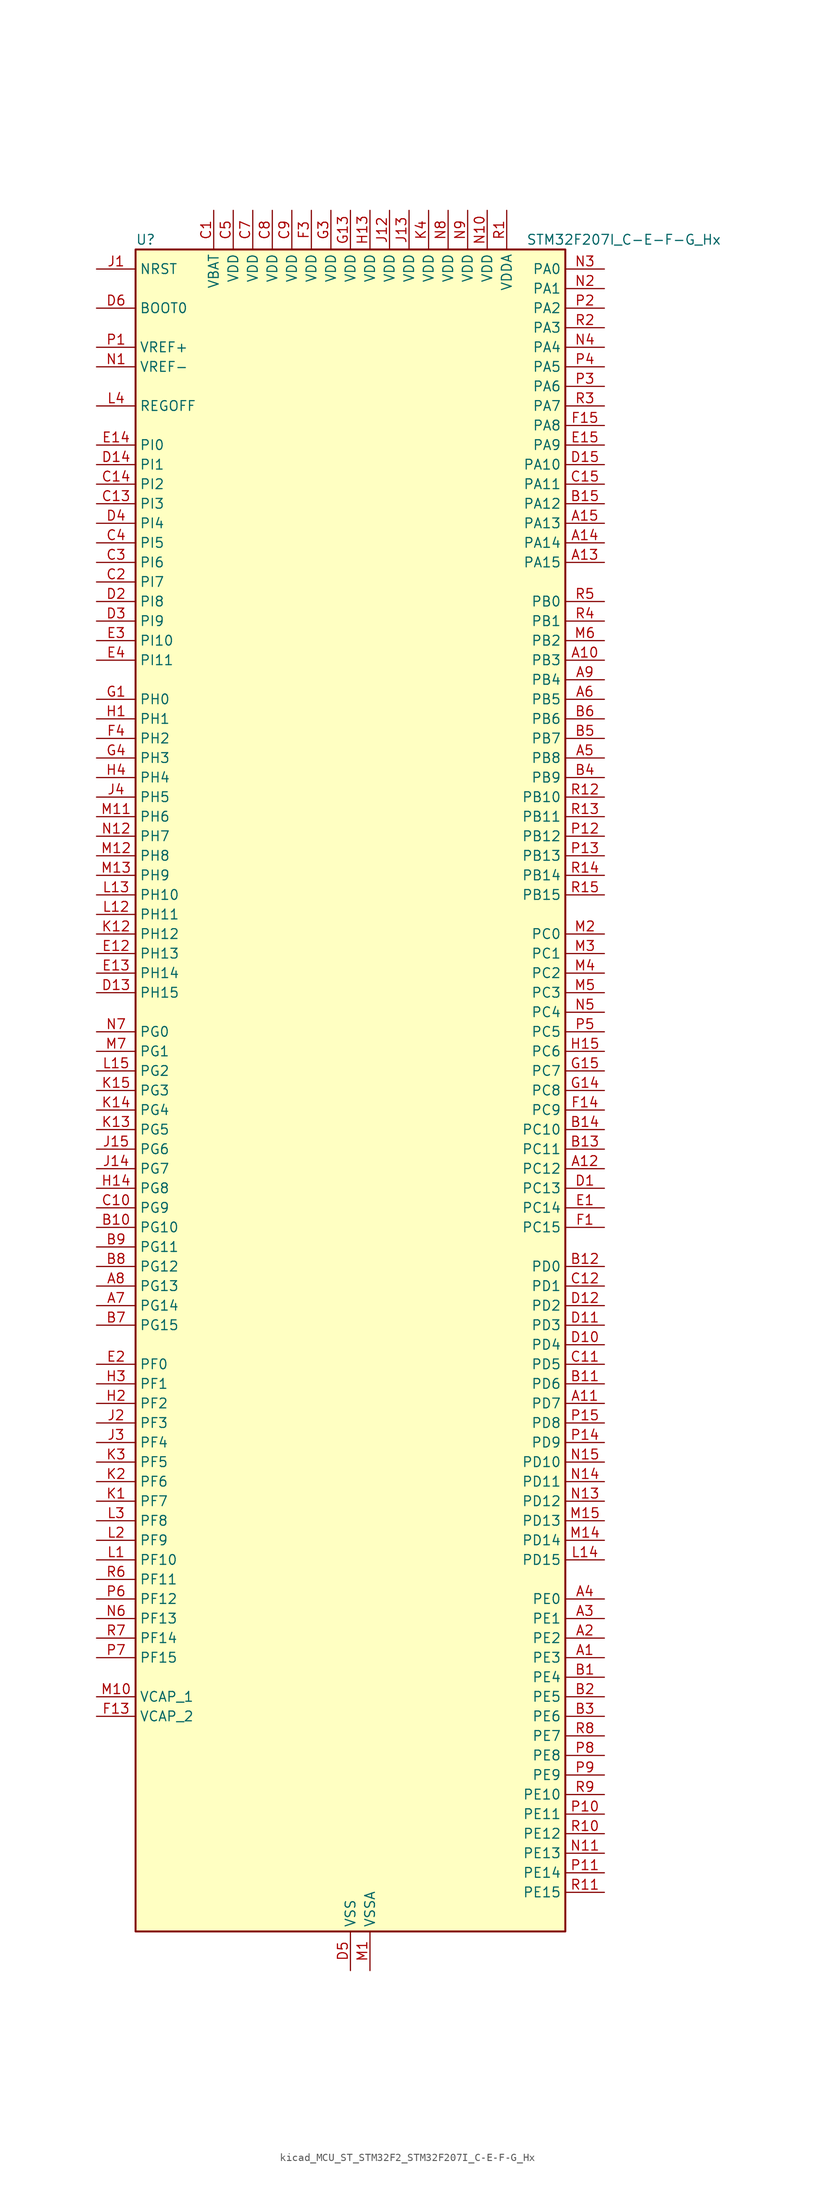
<source format=kicad_sym>
(kicad_symbol_lib
  (version 20220914)
  (generator kicad_symbol_editor)
  (symbol "kicad_MCU_ST_STM32F2_STM32F207I_C-E-F-G_Hx"
    (property "Reference" "U"
      (at -27.94 110.49 0)
      (effects (font (size 1.27 1.27)) (justify left)))
    (property "Value" "STM32F207I_C-E-F-G_Hx"
      (at 22.86 110.49 0)
      (effects (font (size 1.27 1.27)) (justify left)))
    (property "ki_locked" ""
      (at 0 0 0)
      (effects (font (size 1.27 1.27))))
    (symbol "kicad_MCU_ST_STM32F2_STM32F207I_C-E-F-G_Hx_0_1"
      (rectangle (start -27.94 -109.22) (end 27.94 109.22) (stroke (width 0.254) (type default)) (fill (type background))))
    (symbol "kicad_MCU_ST_STM32F2_STM32F207I_C-E-F-G_Hx_1_1"
      (pin bidirectional line (at 33.02 -73.66 180) (length 5.08) (name "PE3" (effects (font (size 1.27 1.27)))) (number "A1" (effects (font (size 1.27 1.27)))) (alternate "FSMC_A19" bidirectional line) (alternate "SYS_TRACED0" bidirectional line))
      (pin bidirectional line (at 33.02 55.88 180) (length 5.08) (name "PB3" (effects (font (size 1.27 1.27)))) (number "A10" (effects (font (size 1.27 1.27)))) (alternate "I2S3_SCK" bidirectional line) (alternate "SPI1_SCK" bidirectional line) (alternate "SPI3_SCK" bidirectional line) (alternate "SYS_JTDO-SWO" bidirectional line) (alternate "TIM2_CH2" bidirectional line))
      (pin bidirectional line (at 33.02 -40.64 180) (length 5.08) (name "PD7" (effects (font (size 1.27 1.27)))) (number "A11" (effects (font (size 1.27 1.27)))) (alternate "FSMC_NCE2" bidirectional line) (alternate "FSMC_NE1" bidirectional line) (alternate "USART2_CK" bidirectional line))
      (pin bidirectional line (at 33.02 -10.16 180) (length 5.08) (name "PC12" (effects (font (size 1.27 1.27)))) (number "A12" (effects (font (size 1.27 1.27)))) (alternate "DCMI_D9" bidirectional line) (alternate "I2S3_SD" bidirectional line) (alternate "SDIO_CK" bidirectional line) (alternate "SPI3_MOSI" bidirectional line) (alternate "UART5_TX" bidirectional line) (alternate "USART3_CK" bidirectional line))
      (pin bidirectional line (at 33.02 68.58 180) (length 5.08) (name "PA15" (effects (font (size 1.27 1.27)))) (number "A13" (effects (font (size 1.27 1.27)))) (alternate "ADC1_EXTI15" bidirectional line) (alternate "ADC2_EXTI15" bidirectional line) (alternate "ADC3_EXTI15" bidirectional line) (alternate "I2S3_WS" bidirectional line) (alternate "SPI1_NSS" bidirectional line) (alternate "SPI3_NSS" bidirectional line) (alternate "SYS_JTDI" bidirectional line) (alternate "TIM2_CH1" bidirectional line) (alternate "TIM2_ETR" bidirectional line))
      (pin bidirectional line (at 33.02 71.12 180) (length 5.08) (name "PA14" (effects (font (size 1.27 1.27)))) (number "A14" (effects (font (size 1.27 1.27)))) (alternate "SYS_JTCK-SWCLK" bidirectional line))
      (pin bidirectional line (at 33.02 73.66 180) (length 5.08) (name "PA13" (effects (font (size 1.27 1.27)))) (number "A15" (effects (font (size 1.27 1.27)))) (alternate "SYS_JTMS-SWDIO" bidirectional line))
      (pin bidirectional line (at 33.02 -71.12 180) (length 5.08) (name "PE2" (effects (font (size 1.27 1.27)))) (number "A2" (effects (font (size 1.27 1.27)))) (alternate "ETH_TXD3" bidirectional line) (alternate "FSMC_A23" bidirectional line) (alternate "SYS_TRACECLK" bidirectional line))
      (pin bidirectional line (at 33.02 -68.58 180) (length 5.08) (name "PE1" (effects (font (size 1.27 1.27)))) (number "A3" (effects (font (size 1.27 1.27)))) (alternate "DCMI_D3" bidirectional line) (alternate "FSMC_NBL1" bidirectional line))
      (pin bidirectional line (at 33.02 -66.04 180) (length 5.08) (name "PE0" (effects (font (size 1.27 1.27)))) (number "A4" (effects (font (size 1.27 1.27)))) (alternate "DCMI_D2" bidirectional line) (alternate "FSMC_NBL0" bidirectional line) (alternate "TIM4_ETR" bidirectional line))
      (pin bidirectional line (at 33.02 43.18 180) (length 5.08) (name "PB8" (effects (font (size 1.27 1.27)))) (number "A5" (effects (font (size 1.27 1.27)))) (alternate "CAN1_RX" bidirectional line) (alternate "DCMI_D6" bidirectional line) (alternate "ETH_TXD3" bidirectional line) (alternate "I2C1_SCL" bidirectional line) (alternate "SDIO_D4" bidirectional line) (alternate "TIM10_CH1" bidirectional line) (alternate "TIM4_CH3" bidirectional line))
      (pin bidirectional line (at 33.02 50.8 180) (length 5.08) (name "PB5" (effects (font (size 1.27 1.27)))) (number "A6" (effects (font (size 1.27 1.27)))) (alternate "CAN2_RX" bidirectional line) (alternate "DCMI_D10" bidirectional line) (alternate "ETH_PPS_OUT" bidirectional line) (alternate "I2C1_SMBA" bidirectional line) (alternate "I2S3_SD" bidirectional line) (alternate "SPI1_MOSI" bidirectional line) (alternate "SPI3_MOSI" bidirectional line) (alternate "TIM3_CH2" bidirectional line) (alternate "USB_OTG_HS_ULPI_D7" bidirectional line))
      (pin bidirectional line (at -33.02 -27.94 0) (length 5.08) (name "PG14" (effects (font (size 1.27 1.27)))) (number "A7" (effects (font (size 1.27 1.27)))) (alternate "ETH_TXD1" bidirectional line) (alternate "FSMC_A25" bidirectional line) (alternate "USART6_TX" bidirectional line))
      (pin bidirectional line (at -33.02 -25.4 0) (length 5.08) (name "PG13" (effects (font (size 1.27 1.27)))) (number "A8" (effects (font (size 1.27 1.27)))) (alternate "ETH_TXD0" bidirectional line) (alternate "FSMC_A24" bidirectional line) (alternate "USART6_CTS" bidirectional line))
      (pin bidirectional line (at 33.02 53.34 180) (length 5.08) (name "PB4" (effects (font (size 1.27 1.27)))) (number "A9" (effects (font (size 1.27 1.27)))) (alternate "SPI1_MISO" bidirectional line) (alternate "SPI3_MISO" bidirectional line) (alternate "SYS_JTRST" bidirectional line) (alternate "TIM3_CH1" bidirectional line))
      (pin bidirectional line (at 33.02 -76.2 180) (length 5.08) (name "PE4" (effects (font (size 1.27 1.27)))) (number "B1" (effects (font (size 1.27 1.27)))) (alternate "DCMI_D4" bidirectional line) (alternate "FSMC_A20" bidirectional line) (alternate "SYS_TRACED1" bidirectional line))
      (pin bidirectional line (at -33.02 -17.78 0) (length 5.08) (name "PG10" (effects (font (size 1.27 1.27)))) (number "B10" (effects (font (size 1.27 1.27)))) (alternate "FSMC_NCE4_1" bidirectional line) (alternate "FSMC_NE3" bidirectional line))
      (pin bidirectional line (at 33.02 -38.1 180) (length 5.08) (name "PD6" (effects (font (size 1.27 1.27)))) (number "B11" (effects (font (size 1.27 1.27)))) (alternate "FSMC_NWAIT" bidirectional line) (alternate "USART2_RX" bidirectional line))
      (pin bidirectional line (at 33.02 -22.86 180) (length 5.08) (name "PD0" (effects (font (size 1.27 1.27)))) (number "B12" (effects (font (size 1.27 1.27)))) (alternate "CAN1_RX" bidirectional line) (alternate "FSMC_D2" bidirectional line) (alternate "FSMC_DA2" bidirectional line))
      (pin bidirectional line (at 33.02 -7.62 180) (length 5.08) (name "PC11" (effects (font (size 1.27 1.27)))) (number "B13" (effects (font (size 1.27 1.27)))) (alternate "ADC1_EXTI11" bidirectional line) (alternate "ADC2_EXTI11" bidirectional line) (alternate "ADC3_EXTI11" bidirectional line) (alternate "DCMI_D4" bidirectional line) (alternate "SDIO_D3" bidirectional line) (alternate "SPI3_MISO" bidirectional line) (alternate "UART4_RX" bidirectional line) (alternate "USART3_RX" bidirectional line))
      (pin bidirectional line (at 33.02 -5.08 180) (length 5.08) (name "PC10" (effects (font (size 1.27 1.27)))) (number "B14" (effects (font (size 1.27 1.27)))) (alternate "DCMI_D8" bidirectional line) (alternate "I2S3_SCK" bidirectional line) (alternate "SDIO_D2" bidirectional line) (alternate "SPI3_SCK" bidirectional line) (alternate "UART4_TX" bidirectional line) (alternate "USART3_TX" bidirectional line))
      (pin bidirectional line (at 33.02 76.2 180) (length 5.08) (name "PA12" (effects (font (size 1.27 1.27)))) (number "B15" (effects (font (size 1.27 1.27)))) (alternate "CAN1_TX" bidirectional line) (alternate "TIM1_ETR" bidirectional line) (alternate "USART1_RTS" bidirectional line) (alternate "USB_OTG_FS_DP" bidirectional line))
      (pin bidirectional line (at 33.02 -78.74 180) (length 5.08) (name "PE5" (effects (font (size 1.27 1.27)))) (number "B2" (effects (font (size 1.27 1.27)))) (alternate "DCMI_D6" bidirectional line) (alternate "FSMC_A21" bidirectional line) (alternate "SYS_TRACED2" bidirectional line) (alternate "TIM9_CH1" bidirectional line))
      (pin bidirectional line (at 33.02 -81.28 180) (length 5.08) (name "PE6" (effects (font (size 1.27 1.27)))) (number "B3" (effects (font (size 1.27 1.27)))) (alternate "DCMI_D7" bidirectional line) (alternate "FSMC_A22" bidirectional line) (alternate "SYS_TRACED3" bidirectional line) (alternate "TIM9_CH2" bidirectional line))
      (pin bidirectional line (at 33.02 40.64 180) (length 5.08) (name "PB9" (effects (font (size 1.27 1.27)))) (number "B4" (effects (font (size 1.27 1.27)))) (alternate "CAN1_TX" bidirectional line) (alternate "DAC_EXTI9" bidirectional line) (alternate "DCMI_D7" bidirectional line) (alternate "I2C1_SDA" bidirectional line) (alternate "I2S2_WS" bidirectional line) (alternate "SDIO_D5" bidirectional line) (alternate "SPI2_NSS" bidirectional line) (alternate "TIM11_CH1" bidirectional line) (alternate "TIM4_CH4" bidirectional line))
      (pin bidirectional line (at 33.02 45.72 180) (length 5.08) (name "PB7" (effects (font (size 1.27 1.27)))) (number "B5" (effects (font (size 1.27 1.27)))) (alternate "DCMI_VSYNC" bidirectional line) (alternate "FSMC_NL" bidirectional line) (alternate "I2C1_SDA" bidirectional line) (alternate "TIM4_CH2" bidirectional line) (alternate "USART1_RX" bidirectional line))
      (pin bidirectional line (at 33.02 48.26 180) (length 5.08) (name "PB6" (effects (font (size 1.27 1.27)))) (number "B6" (effects (font (size 1.27 1.27)))) (alternate "CAN2_TX" bidirectional line) (alternate "DCMI_D5" bidirectional line) (alternate "I2C1_SCL" bidirectional line) (alternate "TIM4_CH1" bidirectional line) (alternate "USART1_TX" bidirectional line))
      (pin bidirectional line (at -33.02 -30.48 0) (length 5.08) (name "PG15" (effects (font (size 1.27 1.27)))) (number "B7" (effects (font (size 1.27 1.27)))) (alternate "ADC1_EXTI15" bidirectional line) (alternate "ADC2_EXTI15" bidirectional line) (alternate "ADC3_EXTI15" bidirectional line) (alternate "DCMI_D13" bidirectional line) (alternate "USART6_CTS" bidirectional line))
      (pin bidirectional line (at -33.02 -22.86 0) (length 5.08) (name "PG12" (effects (font (size 1.27 1.27)))) (number "B8" (effects (font (size 1.27 1.27)))) (alternate "FSMC_NE4" bidirectional line) (alternate "USART6_RTS" bidirectional line))
      (pin bidirectional line (at -33.02 -20.32 0) (length 5.08) (name "PG11" (effects (font (size 1.27 1.27)))) (number "B9" (effects (font (size 1.27 1.27)))) (alternate "ADC1_EXTI11" bidirectional line) (alternate "ADC2_EXTI11" bidirectional line) (alternate "ADC3_EXTI11" bidirectional line) (alternate "ETH_TX_EN" bidirectional line) (alternate "FSMC_NCE4_2" bidirectional line))
      (pin power_in line (at -17.78 114.3 270) (length 5.08) (name "VBAT" (effects (font (size 1.27 1.27)))) (number "C1" (effects (font (size 1.27 1.27)))))
      (pin bidirectional line (at -33.02 -15.24 0) (length 5.08) (name "PG9" (effects (font (size 1.27 1.27)))) (number "C10" (effects (font (size 1.27 1.27)))) (alternate "DAC_EXTI9" bidirectional line) (alternate "FSMC_NCE3" bidirectional line) (alternate "FSMC_NE2" bidirectional line) (alternate "USART6_RX" bidirectional line))
      (pin bidirectional line (at 33.02 -35.56 180) (length 5.08) (name "PD5" (effects (font (size 1.27 1.27)))) (number "C11" (effects (font (size 1.27 1.27)))) (alternate "FSMC_NWE" bidirectional line) (alternate "USART2_TX" bidirectional line))
      (pin bidirectional line (at 33.02 -25.4 180) (length 5.08) (name "PD1" (effects (font (size 1.27 1.27)))) (number "C12" (effects (font (size 1.27 1.27)))) (alternate "CAN1_TX" bidirectional line) (alternate "FSMC_D3" bidirectional line) (alternate "FSMC_DA3" bidirectional line))
      (pin bidirectional line (at -33.02 76.2 0) (length 5.08) (name "PI3" (effects (font (size 1.27 1.27)))) (number "C13" (effects (font (size 1.27 1.27)))) (alternate "DCMI_D10" bidirectional line) (alternate "I2S2_SD" bidirectional line) (alternate "SPI2_MOSI" bidirectional line) (alternate "TIM8_ETR" bidirectional line))
      (pin bidirectional line (at -33.02 78.74 0) (length 5.08) (name "PI2" (effects (font (size 1.27 1.27)))) (number "C14" (effects (font (size 1.27 1.27)))) (alternate "DCMI_D9" bidirectional line) (alternate "SPI2_MISO" bidirectional line) (alternate "TIM8_CH4" bidirectional line))
      (pin bidirectional line (at 33.02 78.74 180) (length 5.08) (name "PA11" (effects (font (size 1.27 1.27)))) (number "C15" (effects (font (size 1.27 1.27)))) (alternate "ADC1_EXTI11" bidirectional line) (alternate "ADC2_EXTI11" bidirectional line) (alternate "ADC3_EXTI11" bidirectional line) (alternate "CAN1_RX" bidirectional line) (alternate "TIM1_CH4" bidirectional line) (alternate "USART1_CTS" bidirectional line) (alternate "USB_OTG_FS_DM" bidirectional line))
      (pin bidirectional line (at -33.02 66.04 0) (length 5.08) (name "PI7" (effects (font (size 1.27 1.27)))) (number "C2" (effects (font (size 1.27 1.27)))) (alternate "DCMI_D7" bidirectional line) (alternate "TIM8_CH3" bidirectional line))
      (pin bidirectional line (at -33.02 68.58 0) (length 5.08) (name "PI6" (effects (font (size 1.27 1.27)))) (number "C3" (effects (font (size 1.27 1.27)))) (alternate "DCMI_D6" bidirectional line) (alternate "TIM8_CH2" bidirectional line))
      (pin bidirectional line (at -33.02 71.12 0) (length 5.08) (name "PI5" (effects (font (size 1.27 1.27)))) (number "C4" (effects (font (size 1.27 1.27)))) (alternate "DCMI_VSYNC" bidirectional line) (alternate "TIM8_CH1" bidirectional line))
      (pin power_in line (at -15.24 114.3 270) (length 5.08) (name "VDD" (effects (font (size 1.27 1.27)))) (number "C5" (effects (font (size 1.27 1.27)))))
      (pin no_connect line (at -27.94 -109.22 0) (length 5.08) hide (name "RFU" (effects (font (size 1.27 1.27)))) (number "C6" (effects (font (size 1.27 1.27)))))
      (pin power_in line (at -12.7 114.3 270) (length 5.08) (name "VDD" (effects (font (size 1.27 1.27)))) (number "C7" (effects (font (size 1.27 1.27)))))
      (pin power_in line (at -10.16 114.3 270) (length 5.08) (name "VDD" (effects (font (size 1.27 1.27)))) (number "C8" (effects (font (size 1.27 1.27)))))
      (pin power_in line (at -7.62 114.3 270) (length 5.08) (name "VDD" (effects (font (size 1.27 1.27)))) (number "C9" (effects (font (size 1.27 1.27)))))
      (pin bidirectional line (at 33.02 -12.7 180) (length 5.08) (name "PC13" (effects (font (size 1.27 1.27)))) (number "D1" (effects (font (size 1.27 1.27)))) (alternate "RTC_AF1" bidirectional line))
      (pin bidirectional line (at 33.02 -33.02 180) (length 5.08) (name "PD4" (effects (font (size 1.27 1.27)))) (number "D10" (effects (font (size 1.27 1.27)))) (alternate "FSMC_NOE" bidirectional line) (alternate "USART2_RTS" bidirectional line))
      (pin bidirectional line (at 33.02 -30.48 180) (length 5.08) (name "PD3" (effects (font (size 1.27 1.27)))) (number "D11" (effects (font (size 1.27 1.27)))) (alternate "FSMC_CLK" bidirectional line) (alternate "USART2_CTS" bidirectional line))
      (pin bidirectional line (at 33.02 -27.94 180) (length 5.08) (name "PD2" (effects (font (size 1.27 1.27)))) (number "D12" (effects (font (size 1.27 1.27)))) (alternate "DCMI_D11" bidirectional line) (alternate "SDIO_CMD" bidirectional line) (alternate "TIM3_ETR" bidirectional line) (alternate "UART5_RX" bidirectional line))
      (pin bidirectional line (at -33.02 12.7 0) (length 5.08) (name "PH15" (effects (font (size 1.27 1.27)))) (number "D13" (effects (font (size 1.27 1.27)))) (alternate "ADC1_EXTI15" bidirectional line) (alternate "ADC2_EXTI15" bidirectional line) (alternate "ADC3_EXTI15" bidirectional line) (alternate "DCMI_D11" bidirectional line) (alternate "TIM8_CH3N" bidirectional line))
      (pin bidirectional line (at -33.02 81.28 0) (length 5.08) (name "PI1" (effects (font (size 1.27 1.27)))) (number "D14" (effects (font (size 1.27 1.27)))) (alternate "DCMI_D8" bidirectional line) (alternate "I2S2_SCK" bidirectional line) (alternate "SPI2_SCK" bidirectional line))
      (pin bidirectional line (at 33.02 81.28 180) (length 5.08) (name "PA10" (effects (font (size 1.27 1.27)))) (number "D15" (effects (font (size 1.27 1.27)))) (alternate "DCMI_D1" bidirectional line) (alternate "TIM1_CH3" bidirectional line) (alternate "USART1_RX" bidirectional line) (alternate "USB_OTG_FS_ID" bidirectional line))
      (pin bidirectional line (at -33.02 63.5 0) (length 5.08) (name "PI8" (effects (font (size 1.27 1.27)))) (number "D2" (effects (font (size 1.27 1.27)))) (alternate "RTC_AF2" bidirectional line))
      (pin bidirectional line (at -33.02 60.96 0) (length 5.08) (name "PI9" (effects (font (size 1.27 1.27)))) (number "D3" (effects (font (size 1.27 1.27)))) (alternate "CAN1_RX" bidirectional line) (alternate "DAC_EXTI9" bidirectional line))
      (pin bidirectional line (at -33.02 73.66 0) (length 5.08) (name "PI4" (effects (font (size 1.27 1.27)))) (number "D4" (effects (font (size 1.27 1.27)))) (alternate "DCMI_D5" bidirectional line) (alternate "TIM8_BKIN" bidirectional line))
      (pin power_in line (at 0 -114.3 90) (length 5.08) (name "VSS" (effects (font (size 1.27 1.27)))) (number "D5" (effects (font (size 1.27 1.27)))))
      (pin input line (at -33.02 101.6 0) (length 5.08) (name "BOOT0" (effects (font (size 1.27 1.27)))) (number "D6" (effects (font (size 1.27 1.27)))))
      (pin passive line (at 0 -114.3 90) (length 5.08) hide (name "VSS" (effects (font (size 1.27 1.27)))) (number "D7" (effects (font (size 1.27 1.27)))))
      (pin passive line (at 0 -114.3 90) (length 5.08) hide (name "VSS" (effects (font (size 1.27 1.27)))) (number "D8" (effects (font (size 1.27 1.27)))))
      (pin passive line (at 0 -114.3 90) (length 5.08) hide (name "VSS" (effects (font (size 1.27 1.27)))) (number "D9" (effects (font (size 1.27 1.27)))))
      (pin bidirectional line (at 33.02 -15.24 180) (length 5.08) (name "PC14" (effects (font (size 1.27 1.27)))) (number "E1" (effects (font (size 1.27 1.27)))) (alternate "RCC_OSC32_IN" bidirectional line))
      (pin bidirectional line (at -33.02 17.78 0) (length 5.08) (name "PH13" (effects (font (size 1.27 1.27)))) (number "E12" (effects (font (size 1.27 1.27)))) (alternate "CAN1_TX" bidirectional line) (alternate "TIM8_CH1N" bidirectional line))
      (pin bidirectional line (at -33.02 15.24 0) (length 5.08) (name "PH14" (effects (font (size 1.27 1.27)))) (number "E13" (effects (font (size 1.27 1.27)))) (alternate "DCMI_D4" bidirectional line) (alternate "TIM8_CH2N" bidirectional line))
      (pin bidirectional line (at -33.02 83.82 0) (length 5.08) (name "PI0" (effects (font (size 1.27 1.27)))) (number "E14" (effects (font (size 1.27 1.27)))) (alternate "DCMI_D13" bidirectional line) (alternate "I2S2_WS" bidirectional line) (alternate "SPI2_NSS" bidirectional line) (alternate "TIM5_CH4" bidirectional line))
      (pin bidirectional line (at 33.02 83.82 180) (length 5.08) (name "PA9" (effects (font (size 1.27 1.27)))) (number "E15" (effects (font (size 1.27 1.27)))) (alternate "DAC_EXTI9" bidirectional line) (alternate "DCMI_D0" bidirectional line) (alternate "I2C3_SMBA" bidirectional line) (alternate "TIM1_CH2" bidirectional line) (alternate "USART1_TX" bidirectional line) (alternate "USB_OTG_FS_VBUS" bidirectional line))
      (pin bidirectional line (at -33.02 -35.56 0) (length 5.08) (name "PF0" (effects (font (size 1.27 1.27)))) (number "E2" (effects (font (size 1.27 1.27)))) (alternate "FSMC_A0" bidirectional line) (alternate "I2C2_SDA" bidirectional line))
      (pin bidirectional line (at -33.02 58.42 0) (length 5.08) (name "PI10" (effects (font (size 1.27 1.27)))) (number "E3" (effects (font (size 1.27 1.27)))) (alternate "ETH_RX_ER" bidirectional line))
      (pin bidirectional line (at -33.02 55.88 0) (length 5.08) (name "PI11" (effects (font (size 1.27 1.27)))) (number "E4" (effects (font (size 1.27 1.27)))) (alternate "ADC1_EXTI11" bidirectional line) (alternate "ADC2_EXTI11" bidirectional line) (alternate "ADC3_EXTI11" bidirectional line) (alternate "USB_OTG_HS_ULPI_DIR" bidirectional line))
      (pin bidirectional line (at 33.02 -17.78 180) (length 5.08) (name "PC15" (effects (font (size 1.27 1.27)))) (number "F1" (effects (font (size 1.27 1.27)))) (alternate "ADC1_EXTI15" bidirectional line) (alternate "ADC2_EXTI15" bidirectional line) (alternate "ADC3_EXTI15" bidirectional line) (alternate "RCC_OSC32_OUT" bidirectional line))
      (pin passive line (at 0 -114.3 90) (length 5.08) hide (name "VSS" (effects (font (size 1.27 1.27)))) (number "F10" (effects (font (size 1.27 1.27)))))
      (pin passive line (at 0 -114.3 90) (length 5.08) hide (name "VSS" (effects (font (size 1.27 1.27)))) (number "F12" (effects (font (size 1.27 1.27)))))
      (pin power_out line (at -33.02 -81.28 0) (length 5.08) (name "VCAP_2" (effects (font (size 1.27 1.27)))) (number "F13" (effects (font (size 1.27 1.27)))))
      (pin bidirectional line (at 33.02 -2.54 180) (length 5.08) (name "PC9" (effects (font (size 1.27 1.27)))) (number "F14" (effects (font (size 1.27 1.27)))) (alternate "DAC_EXTI9" bidirectional line) (alternate "DCMI_D3" bidirectional line) (alternate "I2C3_SDA" bidirectional line) (alternate "I2S_CKIN" bidirectional line) (alternate "RCC_MCO_2" bidirectional line) (alternate "SDIO_D1" bidirectional line) (alternate "TIM3_CH4" bidirectional line) (alternate "TIM8_CH4" bidirectional line))
      (pin bidirectional line (at 33.02 86.36 180) (length 5.08) (name "PA8" (effects (font (size 1.27 1.27)))) (number "F15" (effects (font (size 1.27 1.27)))) (alternate "I2C3_SCL" bidirectional line) (alternate "RCC_MCO_1" bidirectional line) (alternate "TIM1_CH1" bidirectional line) (alternate "USART1_CK" bidirectional line) (alternate "USB_OTG_FS_SOF" bidirectional line))
      (pin passive line (at 0 -114.3 90) (length 5.08) hide (name "VSS" (effects (font (size 1.27 1.27)))) (number "F2" (effects (font (size 1.27 1.27)))))
      (pin power_in line (at -5.08 114.3 270) (length 5.08) (name "VDD" (effects (font (size 1.27 1.27)))) (number "F3" (effects (font (size 1.27 1.27)))))
      (pin bidirectional line (at -33.02 45.72 0) (length 5.08) (name "PH2" (effects (font (size 1.27 1.27)))) (number "F4" (effects (font (size 1.27 1.27)))) (alternate "ETH_CRS" bidirectional line))
      (pin passive line (at 0 -114.3 90) (length 5.08) hide (name "VSS" (effects (font (size 1.27 1.27)))) (number "F6" (effects (font (size 1.27 1.27)))))
      (pin passive line (at 0 -114.3 90) (length 5.08) hide (name "VSS" (effects (font (size 1.27 1.27)))) (number "F7" (effects (font (size 1.27 1.27)))))
      (pin passive line (at 0 -114.3 90) (length 5.08) hide (name "VSS" (effects (font (size 1.27 1.27)))) (number "F8" (effects (font (size 1.27 1.27)))))
      (pin passive line (at 0 -114.3 90) (length 5.08) hide (name "VSS" (effects (font (size 1.27 1.27)))) (number "F9" (effects (font (size 1.27 1.27)))))
      (pin bidirectional line (at -33.02 50.8 0) (length 5.08) (name "PH0" (effects (font (size 1.27 1.27)))) (number "G1" (effects (font (size 1.27 1.27)))) (alternate "RCC_OSC_IN" bidirectional line))
      (pin passive line (at 0 -114.3 90) (length 5.08) hide (name "VSS" (effects (font (size 1.27 1.27)))) (number "G10" (effects (font (size 1.27 1.27)))))
      (pin passive line (at 0 -114.3 90) (length 5.08) hide (name "VSS" (effects (font (size 1.27 1.27)))) (number "G12" (effects (font (size 1.27 1.27)))))
      (pin power_in line (at 0 114.3 270) (length 5.08) (name "VDD" (effects (font (size 1.27 1.27)))) (number "G13" (effects (font (size 1.27 1.27)))))
      (pin bidirectional line (at 33.02 0 180) (length 5.08) (name "PC8" (effects (font (size 1.27 1.27)))) (number "G14" (effects (font (size 1.27 1.27)))) (alternate "DCMI_D2" bidirectional line) (alternate "SDIO_D0" bidirectional line) (alternate "TIM3_CH3" bidirectional line) (alternate "TIM8_CH3" bidirectional line) (alternate "USART6_CK" bidirectional line))
      (pin bidirectional line (at 33.02 2.54 180) (length 5.08) (name "PC7" (effects (font (size 1.27 1.27)))) (number "G15" (effects (font (size 1.27 1.27)))) (alternate "DCMI_D1" bidirectional line) (alternate "I2S3_MCK" bidirectional line) (alternate "SDIO_D7" bidirectional line) (alternate "TIM3_CH2" bidirectional line) (alternate "TIM8_CH2" bidirectional line) (alternate "USART6_RX" bidirectional line))
      (pin passive line (at 0 -114.3 90) (length 5.08) hide (name "VSS" (effects (font (size 1.27 1.27)))) (number "G2" (effects (font (size 1.27 1.27)))))
      (pin power_in line (at -2.54 114.3 270) (length 5.08) (name "VDD" (effects (font (size 1.27 1.27)))) (number "G3" (effects (font (size 1.27 1.27)))))
      (pin bidirectional line (at -33.02 43.18 0) (length 5.08) (name "PH3" (effects (font (size 1.27 1.27)))) (number "G4" (effects (font (size 1.27 1.27)))) (alternate "ETH_COL" bidirectional line))
      (pin passive line (at 0 -114.3 90) (length 5.08) hide (name "VSS" (effects (font (size 1.27 1.27)))) (number "G6" (effects (font (size 1.27 1.27)))))
      (pin passive line (at 0 -114.3 90) (length 5.08) hide (name "VSS" (effects (font (size 1.27 1.27)))) (number "G7" (effects (font (size 1.27 1.27)))))
      (pin passive line (at 0 -114.3 90) (length 5.08) hide (name "VSS" (effects (font (size 1.27 1.27)))) (number "G8" (effects (font (size 1.27 1.27)))))
      (pin passive line (at 0 -114.3 90) (length 5.08) hide (name "VSS" (effects (font (size 1.27 1.27)))) (number "G9" (effects (font (size 1.27 1.27)))))
      (pin bidirectional line (at -33.02 48.26 0) (length 5.08) (name "PH1" (effects (font (size 1.27 1.27)))) (number "H1" (effects (font (size 1.27 1.27)))) (alternate "RCC_OSC_OUT" bidirectional line))
      (pin passive line (at 0 -114.3 90) (length 5.08) hide (name "VSS" (effects (font (size 1.27 1.27)))) (number "H10" (effects (font (size 1.27 1.27)))))
      (pin passive line (at 0 -114.3 90) (length 5.08) hide (name "VSS" (effects (font (size 1.27 1.27)))) (number "H12" (effects (font (size 1.27 1.27)))))
      (pin power_in line (at 2.54 114.3 270) (length 5.08) (name "VDD" (effects (font (size 1.27 1.27)))) (number "H13" (effects (font (size 1.27 1.27)))))
      (pin bidirectional line (at -33.02 -12.7 0) (length 5.08) (name "PG8" (effects (font (size 1.27 1.27)))) (number "H14" (effects (font (size 1.27 1.27)))) (alternate "ETH_PPS_OUT" bidirectional line) (alternate "USART6_RTS" bidirectional line))
      (pin bidirectional line (at 33.02 5.08 180) (length 5.08) (name "PC6" (effects (font (size 1.27 1.27)))) (number "H15" (effects (font (size 1.27 1.27)))) (alternate "DCMI_D0" bidirectional line) (alternate "I2S2_MCK" bidirectional line) (alternate "SDIO_D6" bidirectional line) (alternate "TIM3_CH1" bidirectional line) (alternate "TIM8_CH1" bidirectional line) (alternate "USART6_TX" bidirectional line))
      (pin bidirectional line (at -33.02 -40.64 0) (length 5.08) (name "PF2" (effects (font (size 1.27 1.27)))) (number "H2" (effects (font (size 1.27 1.27)))) (alternate "FSMC_A2" bidirectional line) (alternate "I2C2_SMBA" bidirectional line))
      (pin bidirectional line (at -33.02 -38.1 0) (length 5.08) (name "PF1" (effects (font (size 1.27 1.27)))) (number "H3" (effects (font (size 1.27 1.27)))) (alternate "FSMC_A1" bidirectional line) (alternate "I2C2_SCL" bidirectional line))
      (pin bidirectional line (at -33.02 40.64 0) (length 5.08) (name "PH4" (effects (font (size 1.27 1.27)))) (number "H4" (effects (font (size 1.27 1.27)))) (alternate "I2C2_SCL" bidirectional line) (alternate "USB_OTG_HS_ULPI_NXT" bidirectional line))
      (pin passive line (at 0 -114.3 90) (length 5.08) hide (name "VSS" (effects (font (size 1.27 1.27)))) (number "H6" (effects (font (size 1.27 1.27)))))
      (pin passive line (at 0 -114.3 90) (length 5.08) hide (name "VSS" (effects (font (size 1.27 1.27)))) (number "H7" (effects (font (size 1.27 1.27)))))
      (pin passive line (at 0 -114.3 90) (length 5.08) hide (name "VSS" (effects (font (size 1.27 1.27)))) (number "H8" (effects (font (size 1.27 1.27)))))
      (pin passive line (at 0 -114.3 90) (length 5.08) hide (name "VSS" (effects (font (size 1.27 1.27)))) (number "H9" (effects (font (size 1.27 1.27)))))
      (pin input line (at -33.02 106.68 0) (length 5.08) (name "NRST" (effects (font (size 1.27 1.27)))) (number "J1" (effects (font (size 1.27 1.27)))))
      (pin passive line (at 0 -114.3 90) (length 5.08) hide (name "VSS" (effects (font (size 1.27 1.27)))) (number "J10" (effects (font (size 1.27 1.27)))))
      (pin power_in line (at 5.08 114.3 270) (length 5.08) (name "VDD" (effects (font (size 1.27 1.27)))) (number "J12" (effects (font (size 1.27 1.27)))))
      (pin power_in line (at 7.62 114.3 270) (length 5.08) (name "VDD" (effects (font (size 1.27 1.27)))) (number "J13" (effects (font (size 1.27 1.27)))))
      (pin bidirectional line (at -33.02 -10.16 0) (length 5.08) (name "PG7" (effects (font (size 1.27 1.27)))) (number "J14" (effects (font (size 1.27 1.27)))) (alternate "FSMC_INT3" bidirectional line) (alternate "USART6_CK" bidirectional line))
      (pin bidirectional line (at -33.02 -7.62 0) (length 5.08) (name "PG6" (effects (font (size 1.27 1.27)))) (number "J15" (effects (font (size 1.27 1.27)))) (alternate "FSMC_INT2" bidirectional line))
      (pin bidirectional line (at -33.02 -43.18 0) (length 5.08) (name "PF3" (effects (font (size 1.27 1.27)))) (number "J2" (effects (font (size 1.27 1.27)))) (alternate "ADC3_IN9" bidirectional line) (alternate "FSMC_A3" bidirectional line))
      (pin bidirectional line (at -33.02 -45.72 0) (length 5.08) (name "PF4" (effects (font (size 1.27 1.27)))) (number "J3" (effects (font (size 1.27 1.27)))) (alternate "ADC3_IN14" bidirectional line) (alternate "FSMC_A4" bidirectional line))
      (pin bidirectional line (at -33.02 38.1 0) (length 5.08) (name "PH5" (effects (font (size 1.27 1.27)))) (number "J4" (effects (font (size 1.27 1.27)))) (alternate "I2C2_SDA" bidirectional line))
      (pin passive line (at 0 -114.3 90) (length 5.08) hide (name "VSS" (effects (font (size 1.27 1.27)))) (number "J6" (effects (font (size 1.27 1.27)))))
      (pin passive line (at 0 -114.3 90) (length 5.08) hide (name "VSS" (effects (font (size 1.27 1.27)))) (number "J7" (effects (font (size 1.27 1.27)))))
      (pin passive line (at 0 -114.3 90) (length 5.08) hide (name "VSS" (effects (font (size 1.27 1.27)))) (number "J8" (effects (font (size 1.27 1.27)))))
      (pin passive line (at 0 -114.3 90) (length 5.08) hide (name "VSS" (effects (font (size 1.27 1.27)))) (number "J9" (effects (font (size 1.27 1.27)))))
      (pin bidirectional line (at -33.02 -53.34 0) (length 5.08) (name "PF7" (effects (font (size 1.27 1.27)))) (number "K1" (effects (font (size 1.27 1.27)))) (alternate "ADC3_IN5" bidirectional line) (alternate "FSMC_NREG" bidirectional line) (alternate "TIM11_CH1" bidirectional line))
      (pin passive line (at 0 -114.3 90) (length 5.08) hide (name "VSS" (effects (font (size 1.27 1.27)))) (number "K10" (effects (font (size 1.27 1.27)))))
      (pin bidirectional line (at -33.02 20.32 0) (length 5.08) (name "PH12" (effects (font (size 1.27 1.27)))) (number "K12" (effects (font (size 1.27 1.27)))) (alternate "DCMI_D3" bidirectional line) (alternate "TIM5_CH3" bidirectional line))
      (pin bidirectional line (at -33.02 -5.08 0) (length 5.08) (name "PG5" (effects (font (size 1.27 1.27)))) (number "K13" (effects (font (size 1.27 1.27)))) (alternate "FSMC_A15" bidirectional line))
      (pin bidirectional line (at -33.02 -2.54 0) (length 5.08) (name "PG4" (effects (font (size 1.27 1.27)))) (number "K14" (effects (font (size 1.27 1.27)))) (alternate "FSMC_A14" bidirectional line))
      (pin bidirectional line (at -33.02 0 0) (length 5.08) (name "PG3" (effects (font (size 1.27 1.27)))) (number "K15" (effects (font (size 1.27 1.27)))) (alternate "FSMC_A13" bidirectional line))
      (pin bidirectional line (at -33.02 -50.8 0) (length 5.08) (name "PF6" (effects (font (size 1.27 1.27)))) (number "K2" (effects (font (size 1.27 1.27)))) (alternate "ADC3_IN4" bidirectional line) (alternate "FSMC_NIORD" bidirectional line) (alternate "TIM10_CH1" bidirectional line))
      (pin bidirectional line (at -33.02 -48.26 0) (length 5.08) (name "PF5" (effects (font (size 1.27 1.27)))) (number "K3" (effects (font (size 1.27 1.27)))) (alternate "ADC3_IN15" bidirectional line) (alternate "FSMC_A5" bidirectional line))
      (pin power_in line (at 10.16 114.3 270) (length 5.08) (name "VDD" (effects (font (size 1.27 1.27)))) (number "K4" (effects (font (size 1.27 1.27)))))
      (pin passive line (at 0 -114.3 90) (length 5.08) hide (name "VSS" (effects (font (size 1.27 1.27)))) (number "K6" (effects (font (size 1.27 1.27)))))
      (pin passive line (at 0 -114.3 90) (length 5.08) hide (name "VSS" (effects (font (size 1.27 1.27)))) (number "K7" (effects (font (size 1.27 1.27)))))
      (pin passive line (at 0 -114.3 90) (length 5.08) hide (name "VSS" (effects (font (size 1.27 1.27)))) (number "K8" (effects (font (size 1.27 1.27)))))
      (pin passive line (at 0 -114.3 90) (length 5.08) hide (name "VSS" (effects (font (size 1.27 1.27)))) (number "K9" (effects (font (size 1.27 1.27)))))
      (pin bidirectional line (at -33.02 -60.96 0) (length 5.08) (name "PF10" (effects (font (size 1.27 1.27)))) (number "L1" (effects (font (size 1.27 1.27)))) (alternate "ADC3_IN8" bidirectional line) (alternate "FSMC_INTR" bidirectional line))
      (pin bidirectional line (at -33.02 22.86 0) (length 5.08) (name "PH11" (effects (font (size 1.27 1.27)))) (number "L12" (effects (font (size 1.27 1.27)))) (alternate "ADC1_EXTI11" bidirectional line) (alternate "ADC2_EXTI11" bidirectional line) (alternate "ADC3_EXTI11" bidirectional line) (alternate "DCMI_D2" bidirectional line) (alternate "TIM5_CH2" bidirectional line))
      (pin bidirectional line (at -33.02 25.4 0) (length 5.08) (name "PH10" (effects (font (size 1.27 1.27)))) (number "L13" (effects (font (size 1.27 1.27)))) (alternate "DCMI_D1" bidirectional line) (alternate "TIM5_CH1" bidirectional line))
      (pin bidirectional line (at 33.02 -60.96 180) (length 5.08) (name "PD15" (effects (font (size 1.27 1.27)))) (number "L14" (effects (font (size 1.27 1.27)))) (alternate "ADC1_EXTI15" bidirectional line) (alternate "ADC2_EXTI15" bidirectional line) (alternate "ADC3_EXTI15" bidirectional line) (alternate "FSMC_D1" bidirectional line) (alternate "FSMC_DA1" bidirectional line) (alternate "TIM4_CH4" bidirectional line))
      (pin bidirectional line (at -33.02 2.54 0) (length 5.08) (name "PG2" (effects (font (size 1.27 1.27)))) (number "L15" (effects (font (size 1.27 1.27)))) (alternate "FSMC_A12" bidirectional line))
      (pin bidirectional line (at -33.02 -58.42 0) (length 5.08) (name "PF9" (effects (font (size 1.27 1.27)))) (number "L2" (effects (font (size 1.27 1.27)))) (alternate "ADC3_IN7" bidirectional line) (alternate "DAC_EXTI9" bidirectional line) (alternate "FSMC_CD" bidirectional line) (alternate "TIM14_CH1" bidirectional line))
      (pin bidirectional line (at -33.02 -55.88 0) (length 5.08) (name "PF8" (effects (font (size 1.27 1.27)))) (number "L3" (effects (font (size 1.27 1.27)))) (alternate "ADC3_IN6" bidirectional line) (alternate "FSMC_NIOWR" bidirectional line) (alternate "TIM13_CH1" bidirectional line))
      (pin input line (at -33.02 88.9 0) (length 5.08) (name "REGOFF" (effects (font (size 1.27 1.27)))) (number "L4" (effects (font (size 1.27 1.27)))))
      (pin power_in line (at 2.54 -114.3 90) (length 5.08) (name "VSSA" (effects (font (size 1.27 1.27)))) (number "M1" (effects (font (size 1.27 1.27)))))
      (pin power_out line (at -33.02 -78.74 0) (length 5.08) (name "VCAP_1" (effects (font (size 1.27 1.27)))) (number "M10" (effects (font (size 1.27 1.27)))))
      (pin bidirectional line (at -33.02 35.56 0) (length 5.08) (name "PH6" (effects (font (size 1.27 1.27)))) (number "M11" (effects (font (size 1.27 1.27)))) (alternate "ETH_RXD2" bidirectional line) (alternate "I2C2_SMBA" bidirectional line) (alternate "TIM12_CH1" bidirectional line))
      (pin bidirectional line (at -33.02 30.48 0) (length 5.08) (name "PH8" (effects (font (size 1.27 1.27)))) (number "M12" (effects (font (size 1.27 1.27)))) (alternate "DCMI_HSYNC" bidirectional line) (alternate "I2C3_SDA" bidirectional line))
      (pin bidirectional line (at -33.02 27.94 0) (length 5.08) (name "PH9" (effects (font (size 1.27 1.27)))) (number "M13" (effects (font (size 1.27 1.27)))) (alternate "DAC_EXTI9" bidirectional line) (alternate "DCMI_D0" bidirectional line) (alternate "I2C3_SMBA" bidirectional line) (alternate "TIM12_CH2" bidirectional line))
      (pin bidirectional line (at 33.02 -58.42 180) (length 5.08) (name "PD14" (effects (font (size 1.27 1.27)))) (number "M14" (effects (font (size 1.27 1.27)))) (alternate "FSMC_D0" bidirectional line) (alternate "FSMC_DA0" bidirectional line) (alternate "TIM4_CH3" bidirectional line))
      (pin bidirectional line (at 33.02 -55.88 180) (length 5.08) (name "PD13" (effects (font (size 1.27 1.27)))) (number "M15" (effects (font (size 1.27 1.27)))) (alternate "FSMC_A18" bidirectional line) (alternate "TIM4_CH2" bidirectional line))
      (pin bidirectional line (at 33.02 20.32 180) (length 5.08) (name "PC0" (effects (font (size 1.27 1.27)))) (number "M2" (effects (font (size 1.27 1.27)))) (alternate "ADC1_IN10" bidirectional line) (alternate "ADC2_IN10" bidirectional line) (alternate "ADC3_IN10" bidirectional line) (alternate "USB_OTG_HS_ULPI_STP" bidirectional line))
      (pin bidirectional line (at 33.02 17.78 180) (length 5.08) (name "PC1" (effects (font (size 1.27 1.27)))) (number "M3" (effects (font (size 1.27 1.27)))) (alternate "ADC1_IN11" bidirectional line) (alternate "ADC2_IN11" bidirectional line) (alternate "ADC3_IN11" bidirectional line) (alternate "ETH_MDC" bidirectional line))
      (pin bidirectional line (at 33.02 15.24 180) (length 5.08) (name "PC2" (effects (font (size 1.27 1.27)))) (number "M4" (effects (font (size 1.27 1.27)))) (alternate "ADC1_IN12" bidirectional line) (alternate "ADC2_IN12" bidirectional line) (alternate "ADC3_IN12" bidirectional line) (alternate "ETH_TXD2" bidirectional line) (alternate "SPI2_MISO" bidirectional line) (alternate "USB_OTG_HS_ULPI_DIR" bidirectional line))
      (pin bidirectional line (at 33.02 12.7 180) (length 5.08) (name "PC3" (effects (font (size 1.27 1.27)))) (number "M5" (effects (font (size 1.27 1.27)))) (alternate "ADC1_IN13" bidirectional line) (alternate "ADC2_IN13" bidirectional line) (alternate "ADC3_IN13" bidirectional line) (alternate "ETH_TX_CLK" bidirectional line) (alternate "I2S2_SD" bidirectional line) (alternate "SPI2_MOSI" bidirectional line) (alternate "USB_OTG_HS_ULPI_NXT" bidirectional line))
      (pin bidirectional line (at 33.02 58.42 180) (length 5.08) (name "PB2" (effects (font (size 1.27 1.27)))) (number "M6" (effects (font (size 1.27 1.27)))))
      (pin bidirectional line (at -33.02 5.08 0) (length 5.08) (name "PG1" (effects (font (size 1.27 1.27)))) (number "M7" (effects (font (size 1.27 1.27)))) (alternate "FSMC_A11" bidirectional line))
      (pin passive line (at 0 -114.3 90) (length 5.08) hide (name "VSS" (effects (font (size 1.27 1.27)))) (number "M8" (effects (font (size 1.27 1.27)))))
      (pin passive line (at 0 -114.3 90) (length 5.08) hide (name "VSS" (effects (font (size 1.27 1.27)))) (number "M9" (effects (font (size 1.27 1.27)))))
      (pin input line (at -33.02 93.98 0) (length 5.08) (name "VREF-" (effects (font (size 1.27 1.27)))) (number "N1" (effects (font (size 1.27 1.27)))))
      (pin power_in line (at 17.78 114.3 270) (length 5.08) (name "VDD" (effects (font (size 1.27 1.27)))) (number "N10" (effects (font (size 1.27 1.27)))))
      (pin bidirectional line (at 33.02 -99.06 180) (length 5.08) (name "PE13" (effects (font (size 1.27 1.27)))) (number "N11" (effects (font (size 1.27 1.27)))) (alternate "FSMC_D10" bidirectional line) (alternate "FSMC_DA10" bidirectional line) (alternate "TIM1_CH3" bidirectional line))
      (pin bidirectional line (at -33.02 33.02 0) (length 5.08) (name "PH7" (effects (font (size 1.27 1.27)))) (number "N12" (effects (font (size 1.27 1.27)))) (alternate "ETH_RXD3" bidirectional line) (alternate "I2C3_SCL" bidirectional line))
      (pin bidirectional line (at 33.02 -53.34 180) (length 5.08) (name "PD12" (effects (font (size 1.27 1.27)))) (number "N13" (effects (font (size 1.27 1.27)))) (alternate "FSMC_A17" bidirectional line) (alternate "FSMC_ALE" bidirectional line) (alternate "TIM4_CH1" bidirectional line) (alternate "USART3_RTS" bidirectional line))
      (pin bidirectional line (at 33.02 -50.8 180) (length 5.08) (name "PD11" (effects (font (size 1.27 1.27)))) (number "N14" (effects (font (size 1.27 1.27)))) (alternate "ADC1_EXTI11" bidirectional line) (alternate "ADC2_EXTI11" bidirectional line) (alternate "ADC3_EXTI11" bidirectional line) (alternate "FSMC_A16" bidirectional line) (alternate "FSMC_CLE" bidirectional line) (alternate "USART3_CTS" bidirectional line))
      (pin bidirectional line (at 33.02 -48.26 180) (length 5.08) (name "PD10" (effects (font (size 1.27 1.27)))) (number "N15" (effects (font (size 1.27 1.27)))) (alternate "FSMC_D15" bidirectional line) (alternate "FSMC_DA15" bidirectional line) (alternate "USART3_CK" bidirectional line))
      (pin bidirectional line (at 33.02 104.14 180) (length 5.08) (name "PA1" (effects (font (size 1.27 1.27)))) (number "N2" (effects (font (size 1.27 1.27)))) (alternate "ADC1_IN1" bidirectional line) (alternate "ADC2_IN1" bidirectional line) (alternate "ADC3_IN1" bidirectional line) (alternate "ETH_REF_CLK" bidirectional line) (alternate "ETH_RX_CLK" bidirectional line) (alternate "TIM2_CH2" bidirectional line) (alternate "TIM5_CH2" bidirectional line) (alternate "UART4_RX" bidirectional line) (alternate "USART2_RTS" bidirectional line))
      (pin bidirectional line (at 33.02 106.68 180) (length 5.08) (name "PA0" (effects (font (size 1.27 1.27)))) (number "N3" (effects (font (size 1.27 1.27)))) (alternate "ADC1_IN0" bidirectional line) (alternate "ADC2_IN0" bidirectional line) (alternate "ADC3_IN0" bidirectional line) (alternate "ETH_CRS" bidirectional line) (alternate "SYS_WKUP" bidirectional line) (alternate "TIM2_CH1" bidirectional line) (alternate "TIM2_ETR" bidirectional line) (alternate "TIM5_CH1" bidirectional line) (alternate "TIM8_ETR" bidirectional line) (alternate "UART4_TX" bidirectional line) (alternate "USART2_CTS" bidirectional line))
      (pin bidirectional line (at 33.02 96.52 180) (length 5.08) (name "PA4" (effects (font (size 1.27 1.27)))) (number "N4" (effects (font (size 1.27 1.27)))) (alternate "ADC1_IN4" bidirectional line) (alternate "ADC2_IN4" bidirectional line) (alternate "DAC_OUT1" bidirectional line) (alternate "DCMI_HSYNC" bidirectional line) (alternate "I2S3_WS" bidirectional line) (alternate "SPI1_NSS" bidirectional line) (alternate "SPI3_NSS" bidirectional line) (alternate "USART2_CK" bidirectional line) (alternate "USB_OTG_HS_SOF" bidirectional line))
      (pin bidirectional line (at 33.02 10.16 180) (length 5.08) (name "PC4" (effects (font (size 1.27 1.27)))) (number "N5" (effects (font (size 1.27 1.27)))) (alternate "ADC1_IN14" bidirectional line) (alternate "ADC2_IN14" bidirectional line) (alternate "ETH_RXD0" bidirectional line))
      (pin bidirectional line (at -33.02 -68.58 0) (length 5.08) (name "PF13" (effects (font (size 1.27 1.27)))) (number "N6" (effects (font (size 1.27 1.27)))) (alternate "FSMC_A7" bidirectional line))
      (pin bidirectional line (at -33.02 7.62 0) (length 5.08) (name "PG0" (effects (font (size 1.27 1.27)))) (number "N7" (effects (font (size 1.27 1.27)))) (alternate "FSMC_A10" bidirectional line))
      (pin power_in line (at 12.7 114.3 270) (length 5.08) (name "VDD" (effects (font (size 1.27 1.27)))) (number "N8" (effects (font (size 1.27 1.27)))))
      (pin power_in line (at 15.24 114.3 270) (length 5.08) (name "VDD" (effects (font (size 1.27 1.27)))) (number "N9" (effects (font (size 1.27 1.27)))))
      (pin input line (at -33.02 96.52 0) (length 5.08) (name "VREF+" (effects (font (size 1.27 1.27)))) (number "P1" (effects (font (size 1.27 1.27)))))
      (pin bidirectional line (at 33.02 -93.98 180) (length 5.08) (name "PE11" (effects (font (size 1.27 1.27)))) (number "P10" (effects (font (size 1.27 1.27)))) (alternate "ADC1_EXTI11" bidirectional line) (alternate "ADC2_EXTI11" bidirectional line) (alternate "ADC3_EXTI11" bidirectional line) (alternate "FSMC_D8" bidirectional line) (alternate "FSMC_DA8" bidirectional line) (alternate "TIM1_CH2" bidirectional line))
      (pin bidirectional line (at 33.02 -101.6 180) (length 5.08) (name "PE14" (effects (font (size 1.27 1.27)))) (number "P11" (effects (font (size 1.27 1.27)))) (alternate "FSMC_D11" bidirectional line) (alternate "FSMC_DA11" bidirectional line) (alternate "TIM1_CH4" bidirectional line))
      (pin bidirectional line (at 33.02 33.02 180) (length 5.08) (name "PB12" (effects (font (size 1.27 1.27)))) (number "P12" (effects (font (size 1.27 1.27)))) (alternate "CAN2_RX" bidirectional line) (alternate "ETH_TXD0" bidirectional line) (alternate "I2C2_SMBA" bidirectional line) (alternate "I2S2_WS" bidirectional line) (alternate "SPI2_NSS" bidirectional line) (alternate "TIM1_BKIN" bidirectional line) (alternate "USART3_CK" bidirectional line) (alternate "USB_OTG_HS_ID" bidirectional line) (alternate "USB_OTG_HS_ULPI_D5" bidirectional line))
      (pin bidirectional line (at 33.02 30.48 180) (length 5.08) (name "PB13" (effects (font (size 1.27 1.27)))) (number "P13" (effects (font (size 1.27 1.27)))) (alternate "CAN2_TX" bidirectional line) (alternate "ETH_TXD1" bidirectional line) (alternate "I2S2_SCK" bidirectional line) (alternate "SPI2_SCK" bidirectional line) (alternate "TIM1_CH1N" bidirectional line) (alternate "USART3_CTS" bidirectional line) (alternate "USB_OTG_HS_ULPI_D6" bidirectional line) (alternate "USB_OTG_HS_VBUS" bidirectional line))
      (pin bidirectional line (at 33.02 -45.72 180) (length 5.08) (name "PD9" (effects (font (size 1.27 1.27)))) (number "P14" (effects (font (size 1.27 1.27)))) (alternate "DAC_EXTI9" bidirectional line) (alternate "FSMC_D14" bidirectional line) (alternate "FSMC_DA14" bidirectional line) (alternate "USART3_RX" bidirectional line))
      (pin bidirectional line (at 33.02 -43.18 180) (length 5.08) (name "PD8" (effects (font (size 1.27 1.27)))) (number "P15" (effects (font (size 1.27 1.27)))) (alternate "FSMC_D13" bidirectional line) (alternate "FSMC_DA13" bidirectional line) (alternate "USART3_TX" bidirectional line))
      (pin bidirectional line (at 33.02 101.6 180) (length 5.08) (name "PA2" (effects (font (size 1.27 1.27)))) (number "P2" (effects (font (size 1.27 1.27)))) (alternate "ADC1_IN2" bidirectional line) (alternate "ADC2_IN2" bidirectional line) (alternate "ADC3_IN2" bidirectional line) (alternate "ETH_MDIO" bidirectional line) (alternate "TIM2_CH3" bidirectional line) (alternate "TIM5_CH3" bidirectional line) (alternate "TIM9_CH1" bidirectional line) (alternate "USART2_TX" bidirectional line))
      (pin bidirectional line (at 33.02 91.44 180) (length 5.08) (name "PA6" (effects (font (size 1.27 1.27)))) (number "P3" (effects (font (size 1.27 1.27)))) (alternate "ADC1_IN6" bidirectional line) (alternate "ADC2_IN6" bidirectional line) (alternate "DCMI_PIXCLK" bidirectional line) (alternate "SPI1_MISO" bidirectional line) (alternate "TIM13_CH1" bidirectional line) (alternate "TIM1_BKIN" bidirectional line) (alternate "TIM3_CH1" bidirectional line) (alternate "TIM8_BKIN" bidirectional line))
      (pin bidirectional line (at 33.02 93.98 180) (length 5.08) (name "PA5" (effects (font (size 1.27 1.27)))) (number "P4" (effects (font (size 1.27 1.27)))) (alternate "ADC1_IN5" bidirectional line) (alternate "ADC2_IN5" bidirectional line) (alternate "DAC_OUT2" bidirectional line) (alternate "SPI1_SCK" bidirectional line) (alternate "TIM2_CH1" bidirectional line) (alternate "TIM2_ETR" bidirectional line) (alternate "TIM8_CH1N" bidirectional line) (alternate "USB_OTG_HS_ULPI_CK" bidirectional line))
      (pin bidirectional line (at 33.02 7.62 180) (length 5.08) (name "PC5" (effects (font (size 1.27 1.27)))) (number "P5" (effects (font (size 1.27 1.27)))) (alternate "ADC1_IN15" bidirectional line) (alternate "ADC2_IN15" bidirectional line) (alternate "ETH_RXD1" bidirectional line))
      (pin bidirectional line (at -33.02 -66.04 0) (length 5.08) (name "PF12" (effects (font (size 1.27 1.27)))) (number "P6" (effects (font (size 1.27 1.27)))) (alternate "FSMC_A6" bidirectional line))
      (pin bidirectional line (at -33.02 -73.66 0) (length 5.08) (name "PF15" (effects (font (size 1.27 1.27)))) (number "P7" (effects (font (size 1.27 1.27)))) (alternate "ADC1_EXTI15" bidirectional line) (alternate "ADC2_EXTI15" bidirectional line) (alternate "ADC3_EXTI15" bidirectional line) (alternate "FSMC_A9" bidirectional line))
      (pin bidirectional line (at 33.02 -86.36 180) (length 5.08) (name "PE8" (effects (font (size 1.27 1.27)))) (number "P8" (effects (font (size 1.27 1.27)))) (alternate "FSMC_D5" bidirectional line) (alternate "FSMC_DA5" bidirectional line) (alternate "TIM1_CH1N" bidirectional line))
      (pin bidirectional line (at 33.02 -88.9 180) (length 5.08) (name "PE9" (effects (font (size 1.27 1.27)))) (number "P9" (effects (font (size 1.27 1.27)))) (alternate "DAC_EXTI9" bidirectional line) (alternate "FSMC_D6" bidirectional line) (alternate "FSMC_DA6" bidirectional line) (alternate "TIM1_CH1" bidirectional line))
      (pin power_in line (at 20.32 114.3 270) (length 5.08) (name "VDDA" (effects (font (size 1.27 1.27)))) (number "R1" (effects (font (size 1.27 1.27)))))
      (pin bidirectional line (at 33.02 -96.52 180) (length 5.08) (name "PE12" (effects (font (size 1.27 1.27)))) (number "R10" (effects (font (size 1.27 1.27)))) (alternate "FSMC_D9" bidirectional line) (alternate "FSMC_DA9" bidirectional line) (alternate "TIM1_CH3N" bidirectional line))
      (pin bidirectional line (at 33.02 -104.14 180) (length 5.08) (name "PE15" (effects (font (size 1.27 1.27)))) (number "R11" (effects (font (size 1.27 1.27)))) (alternate "ADC1_EXTI15" bidirectional line) (alternate "ADC2_EXTI15" bidirectional line) (alternate "ADC3_EXTI15" bidirectional line) (alternate "FSMC_D12" bidirectional line) (alternate "FSMC_DA12" bidirectional line) (alternate "TIM1_BKIN" bidirectional line))
      (pin bidirectional line (at 33.02 38.1 180) (length 5.08) (name "PB10" (effects (font (size 1.27 1.27)))) (number "R12" (effects (font (size 1.27 1.27)))) (alternate "ETH_RX_ER" bidirectional line) (alternate "I2C2_SCL" bidirectional line) (alternate "I2S2_SCK" bidirectional line) (alternate "SPI2_SCK" bidirectional line) (alternate "TIM2_CH3" bidirectional line) (alternate "USART3_TX" bidirectional line) (alternate "USB_OTG_HS_ULPI_D3" bidirectional line))
      (pin bidirectional line (at 33.02 35.56 180) (length 5.08) (name "PB11" (effects (font (size 1.27 1.27)))) (number "R13" (effects (font (size 1.27 1.27)))) (alternate "ADC1_EXTI11" bidirectional line) (alternate "ADC2_EXTI11" bidirectional line) (alternate "ADC3_EXTI11" bidirectional line) (alternate "ETH_TX_EN" bidirectional line) (alternate "I2C2_SDA" bidirectional line) (alternate "TIM2_CH4" bidirectional line) (alternate "USART3_RX" bidirectional line) (alternate "USB_OTG_HS_ULPI_D4" bidirectional line))
      (pin bidirectional line (at 33.02 27.94 180) (length 5.08) (name "PB14" (effects (font (size 1.27 1.27)))) (number "R14" (effects (font (size 1.27 1.27)))) (alternate "SPI2_MISO" bidirectional line) (alternate "TIM12_CH1" bidirectional line) (alternate "TIM1_CH2N" bidirectional line) (alternate "TIM8_CH2N" bidirectional line) (alternate "USART3_RTS" bidirectional line) (alternate "USB_OTG_HS_DM" bidirectional line))
      (pin bidirectional line (at 33.02 25.4 180) (length 5.08) (name "PB15" (effects (font (size 1.27 1.27)))) (number "R15" (effects (font (size 1.27 1.27)))) (alternate "ADC1_EXTI15" bidirectional line) (alternate "ADC2_EXTI15" bidirectional line) (alternate "ADC3_EXTI15" bidirectional line) (alternate "I2S2_SD" bidirectional line) (alternate "RTC_REFIN" bidirectional line) (alternate "SPI2_MOSI" bidirectional line) (alternate "TIM12_CH2" bidirectional line) (alternate "TIM1_CH3N" bidirectional line) (alternate "TIM8_CH3N" bidirectional line) (alternate "USB_OTG_HS_DP" bidirectional line))
      (pin bidirectional line (at 33.02 99.06 180) (length 5.08) (name "PA3" (effects (font (size 1.27 1.27)))) (number "R2" (effects (font (size 1.27 1.27)))) (alternate "ADC1_IN3" bidirectional line) (alternate "ADC2_IN3" bidirectional line) (alternate "ADC3_IN3" bidirectional line) (alternate "ETH_COL" bidirectional line) (alternate "TIM2_CH4" bidirectional line) (alternate "TIM5_CH4" bidirectional line) (alternate "TIM9_CH2" bidirectional line) (alternate "USART2_RX" bidirectional line) (alternate "USB_OTG_HS_ULPI_D0" bidirectional line))
      (pin bidirectional line (at 33.02 88.9 180) (length 5.08) (name "PA7" (effects (font (size 1.27 1.27)))) (number "R3" (effects (font (size 1.27 1.27)))) (alternate "ADC1_IN7" bidirectional line) (alternate "ADC2_IN7" bidirectional line) (alternate "ETH_CRS_DV" bidirectional line) (alternate "ETH_RX_DV" bidirectional line) (alternate "SPI1_MOSI" bidirectional line) (alternate "TIM14_CH1" bidirectional line) (alternate "TIM1_CH1N" bidirectional line) (alternate "TIM3_CH2" bidirectional line) (alternate "TIM8_CH1N" bidirectional line))
      (pin bidirectional line (at 33.02 60.96 180) (length 5.08) (name "PB1" (effects (font (size 1.27 1.27)))) (number "R4" (effects (font (size 1.27 1.27)))) (alternate "ADC1_IN9" bidirectional line) (alternate "ADC2_IN9" bidirectional line) (alternate "ETH_RXD3" bidirectional line) (alternate "TIM1_CH3N" bidirectional line) (alternate "TIM3_CH4" bidirectional line) (alternate "TIM8_CH3N" bidirectional line) (alternate "USB_OTG_HS_ULPI_D2" bidirectional line))
      (pin bidirectional line (at 33.02 63.5 180) (length 5.08) (name "PB0" (effects (font (size 1.27 1.27)))) (number "R5" (effects (font (size 1.27 1.27)))) (alternate "ADC1_IN8" bidirectional line) (alternate "ADC2_IN8" bidirectional line) (alternate "ETH_RXD2" bidirectional line) (alternate "TIM1_CH2N" bidirectional line) (alternate "TIM3_CH3" bidirectional line) (alternate "TIM8_CH2N" bidirectional line) (alternate "USB_OTG_HS_ULPI_D1" bidirectional line))
      (pin bidirectional line (at -33.02 -63.5 0) (length 5.08) (name "PF11" (effects (font (size 1.27 1.27)))) (number "R6" (effects (font (size 1.27 1.27)))) (alternate "ADC1_EXTI11" bidirectional line) (alternate "ADC2_EXTI11" bidirectional line) (alternate "ADC3_EXTI11" bidirectional line) (alternate "DCMI_D12" bidirectional line))
      (pin bidirectional line (at -33.02 -71.12 0) (length 5.08) (name "PF14" (effects (font (size 1.27 1.27)))) (number "R7" (effects (font (size 1.27 1.27)))) (alternate "FSMC_A8" bidirectional line))
      (pin bidirectional line (at 33.02 -83.82 180) (length 5.08) (name "PE7" (effects (font (size 1.27 1.27)))) (number "R8" (effects (font (size 1.27 1.27)))) (alternate "FSMC_D4" bidirectional line) (alternate "FSMC_DA4" bidirectional line) (alternate "TIM1_ETR" bidirectional line))
      (pin bidirectional line (at 33.02 -91.44 180) (length 5.08) (name "PE10" (effects (font (size 1.27 1.27)))) (number "R9" (effects (font (size 1.27 1.27)))) (alternate "FSMC_D7" bidirectional line) (alternate "FSMC_DA7" bidirectional line) (alternate "TIM1_CH2N" bidirectional line)))))
</source>
